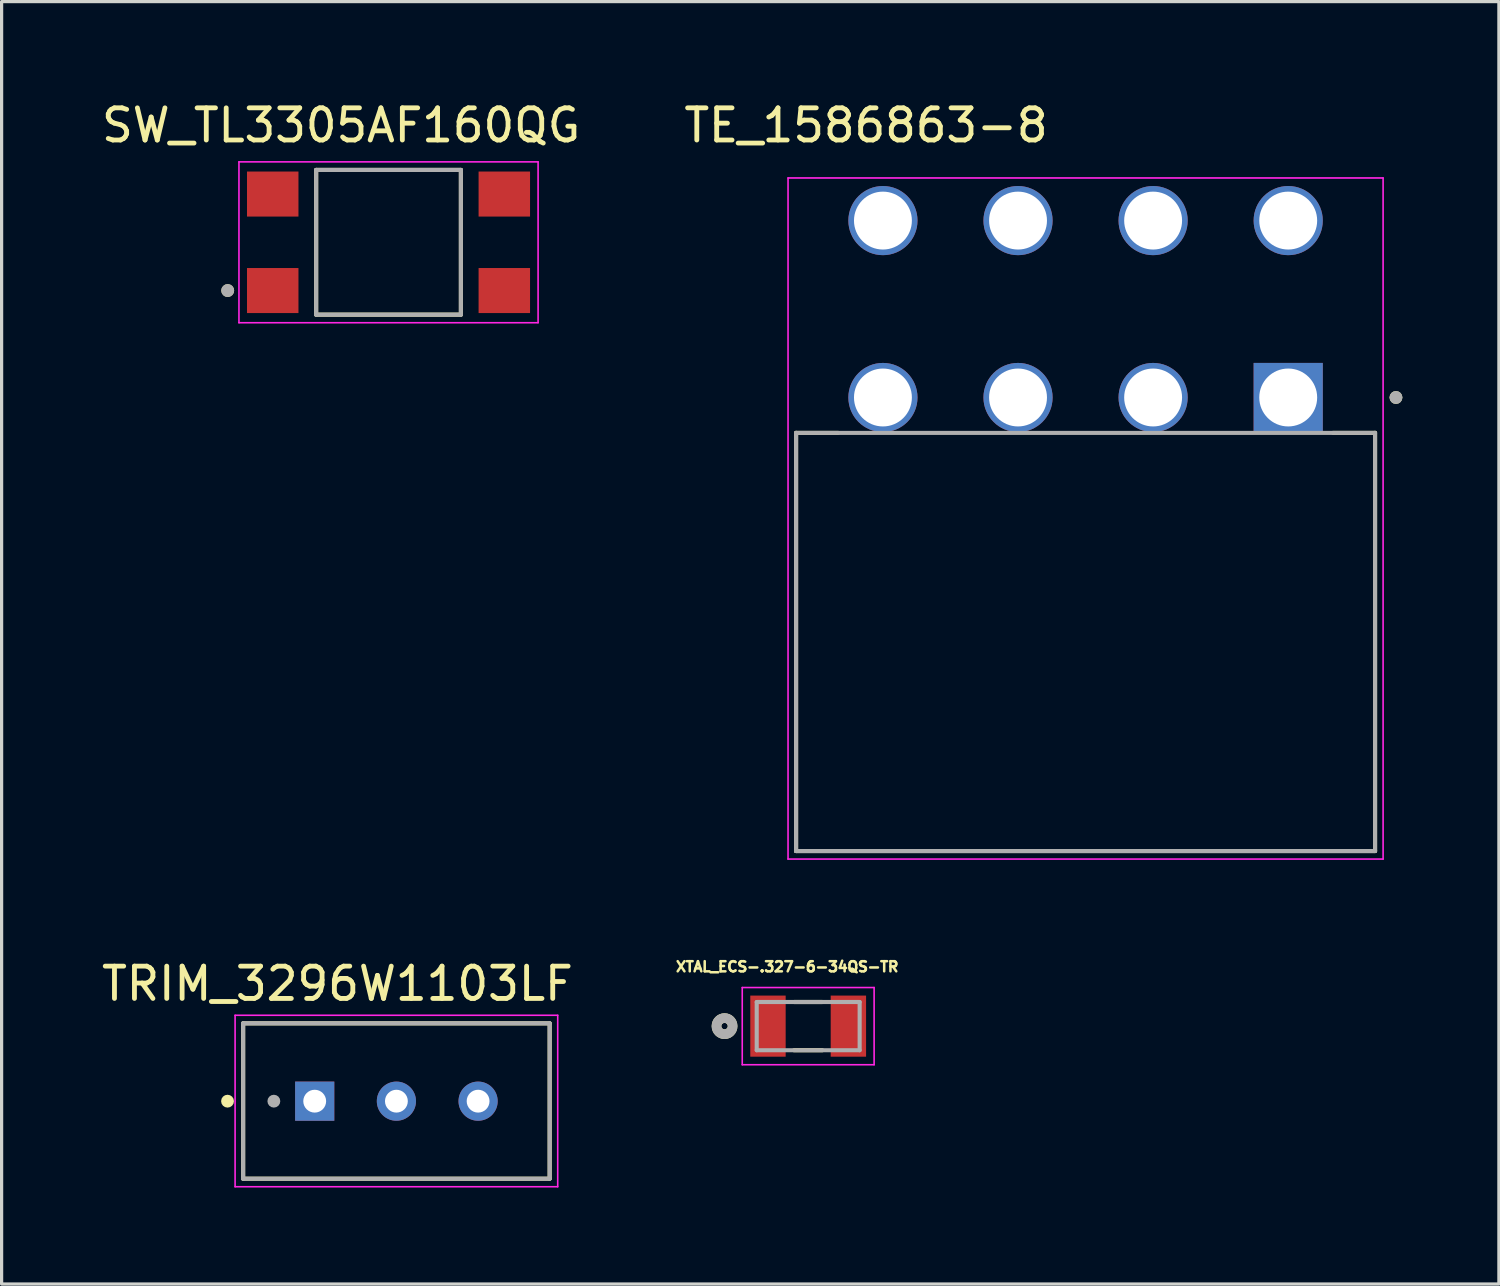
<source format=kicad_pcb>
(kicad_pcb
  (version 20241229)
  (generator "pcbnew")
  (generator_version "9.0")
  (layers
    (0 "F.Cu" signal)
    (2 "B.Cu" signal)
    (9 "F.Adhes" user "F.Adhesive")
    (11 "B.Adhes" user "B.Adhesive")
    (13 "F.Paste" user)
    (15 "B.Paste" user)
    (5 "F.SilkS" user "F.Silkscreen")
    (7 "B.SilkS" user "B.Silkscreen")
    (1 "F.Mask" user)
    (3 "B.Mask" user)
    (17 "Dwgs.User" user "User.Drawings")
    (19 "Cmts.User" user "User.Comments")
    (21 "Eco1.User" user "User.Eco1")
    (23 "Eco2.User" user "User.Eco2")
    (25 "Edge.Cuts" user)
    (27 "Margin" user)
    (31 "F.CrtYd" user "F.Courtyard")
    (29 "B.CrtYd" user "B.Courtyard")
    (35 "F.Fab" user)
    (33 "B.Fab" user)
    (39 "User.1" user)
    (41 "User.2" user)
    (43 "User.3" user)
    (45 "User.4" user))
  (footprint "SW_TL3305AF160QG"
    (layer "F.Cu")
    (at 9.029 4.483)
    (property "Reference" "SW_TL3305AF160QG" (at -1.475 -3.635 0) (layer "F.SilkS") (effects (font (size 1 1) (thickness 0.15))))
    (attr through_hole)
    (fp_line (start -2.25 -2.25) (end 2.25 -2.25) (stroke (width 0.127) (type solid)) (layer "F.SilkS"))
    (fp_line (start -2.25 2.25) (end -2.25 -2.25) (stroke (width 0.127) (type solid)) (layer "F.SilkS"))
    (fp_line (start 2.25 -2.25) (end 2.25 2.25) (stroke (width 0.127) (type solid)) (layer "F.SilkS"))
    (fp_line (start 2.25 2.25) (end -2.25 2.25) (stroke (width 0.127) (type solid)) (layer "F.SilkS"))
    (fp_circle (center -5 1.5) (end -4.9 1.5) (stroke (width 0.2) (type solid)) (fill no) (layer "F.SilkS"))
    (fp_line (start -4.65 -2.5) (end -4.65 2.5) (stroke (width 0.05) (type solid)) (layer "F.CrtYd"))
    (fp_line (start -4.65 2.5) (end 4.65 2.5) (stroke (width 0.05) (type solid)) (layer "F.CrtYd"))
    (fp_line (start 4.65 -2.5) (end -4.65 -2.5) (stroke (width 0.05) (type solid)) (layer "F.CrtYd"))
    (fp_line (start 4.65 2.5) (end 4.65 -2.5) (stroke (width 0.05) (type solid)) (layer "F.CrtYd"))
    (fp_line (start -2.25 -2.25) (end 2.25 -2.25) (stroke (width 0.127) (type solid)) (layer "F.Fab"))
    (fp_line (start -2.25 2.25) (end -2.25 -2.25) (stroke (width 0.127) (type solid)) (layer "F.Fab"))
    (fp_line (start 2.25 -2.25) (end 2.25 2.25) (stroke (width 0.127) (type solid)) (layer "F.Fab"))
    (fp_line (start 2.25 2.25) (end -2.25 2.25) (stroke (width 0.127) (type solid)) (layer "F.Fab"))
    (fp_circle (center -5 1.5) (end -4.9 1.5) (stroke (width 0.2) (type solid)) (fill no) (layer "F.Fab"))
    (pad "1" smd rect (at -3.6 1.5) (size 1.6 1.4) (layers "F.Cu" "F.Mask" "F.Paste"))
    (pad "2" smd rect (at 3.6 1.5) (size 1.6 1.4) (layers "F.Cu" "F.Mask" "F.Paste"))
    (pad "3" smd rect (at -3.6 -1.5) (size 1.6 1.4) (layers "F.Cu" "F.Mask" "F.Paste"))
    (pad "4" smd rect (at 3.6 -1.5) (size 1.6 1.4) (layers "F.Cu" "F.Mask" "F.Paste")))
  (footprint "TRIM_3296W1103LF"
    (layer "F.Cu")
    (at 9.274 31.185)
    (property "Reference" "TRIM_3296W1103LF" (at -1.833 -3.651 0) (layer "F.SilkS") (effects (font (size 1.004 1.004) (thickness 0.15))))
    (attr through_hole)
    (fp_line (start -4.765 -2.42) (end 4.765 -2.42) (stroke (width 0.127) (type solid)) (layer "F.SilkS"))
    (fp_line (start -4.765 2.41) (end -4.765 -2.42) (stroke (width 0.127) (type solid)) (layer "F.SilkS"))
    (fp_line (start 4.765 -2.42) (end 4.765 2.41) (stroke (width 0.127) (type solid)) (layer "F.SilkS"))
    (fp_line (start 4.765 2.41) (end -4.765 2.41) (stroke (width 0.127) (type solid)) (layer "F.SilkS"))
    (fp_circle (center -5.25 0) (end -5.15 0) (stroke (width 0.2) (type solid)) (fill no) (layer "F.SilkS"))
    (fp_line (start -5.015 -2.67) (end 5.015 -2.67) (stroke (width 0.05) (type solid)) (layer "F.CrtYd"))
    (fp_line (start -5.015 2.66) (end -5.015 -2.67) (stroke (width 0.05) (type solid)) (layer "F.CrtYd"))
    (fp_line (start 5.015 -2.67) (end 5.015 2.66) (stroke (width 0.05) (type solid)) (layer "F.CrtYd"))
    (fp_line (start 5.015 2.66) (end -5.015 2.66) (stroke (width 0.05) (type solid)) (layer "F.CrtYd"))
    (fp_line (start -4.765 -2.42) (end 4.765 -2.42) (stroke (width 0.127) (type solid)) (layer "F.Fab"))
    (fp_line (start -4.765 2.41) (end -4.765 -2.42) (stroke (width 0.127) (type solid)) (layer "F.Fab"))
    (fp_line (start 4.765 -2.42) (end 4.765 2.41) (stroke (width 0.127) (type solid)) (layer "F.Fab"))
    (fp_line (start 4.765 2.41) (end -4.765 2.41) (stroke (width 0.127) (type solid)) (layer "F.Fab"))
    (fp_circle (center -3.81 0) (end -3.71 0) (stroke (width 0.2) (type solid)) (fill no) (layer "F.Fab"))
    (pad "1" thru_hole rect (at -2.54 0) (size 1.218 1.218) (drill 0.71) (layers "*.Cu" "*.Mask"))
    (pad "2" thru_hole circle (at 0 0) (size 1.218 1.218) (drill 0.71) (layers "*.Cu" "*.Mask"))
    (pad "3" thru_hole circle (at 2.54 0) (size 1.218 1.218) (drill 0.71) (layers "*.Cu" "*.Mask")))
  (footprint "TE_1586863-8"
    (layer "F.Cu")
    (at 37 9.308)
    (property "Reference" "TE_1586863-8" (at -13.125 -8.46 0) (layer "F.SilkS") (effects (font (size 1 1) (thickness 0.15))))
    (attr through_hole)
    (fp_line (start -15.3 1.1) (end -13.995 1.1) (stroke (width 0.127) (type solid)) (layer "F.SilkS"))
    (fp_line (start -15.3 14.1) (end -15.3 1.1) (stroke (width 0.127) (type solid)) (layer "F.SilkS"))
    (fp_line (start -15.3 14.1) (end 2.7 14.1) (stroke (width 0.127) (type solid)) (layer "F.SilkS"))
    (fp_line (start 1.395 1.1) (end 2.7 1.1) (stroke (width 0.127) (type solid)) (layer "F.SilkS"))
    (fp_line (start 2.7 1.1) (end 2.7 14.1) (stroke (width 0.127) (type solid)) (layer "F.SilkS"))
    (fp_circle (center 3.35 0) (end 3.45 0) (stroke (width 0.2) (type solid)) (fill no) (layer "F.SilkS"))
    (fp_line (start -15.55 -6.825) (end 2.95 -6.825) (stroke (width 0.05) (type solid)) (layer "F.CrtYd"))
    (fp_line (start -15.55 14.35) (end -15.55 -6.825) (stroke (width 0.05) (type solid)) (layer "F.CrtYd"))
    (fp_line (start 2.95 -6.825) (end 2.95 14.35) (stroke (width 0.05) (type solid)) (layer "F.CrtYd"))
    (fp_line (start 2.95 14.35) (end -15.55 14.35) (stroke (width 0.05) (type solid)) (layer "F.CrtYd"))
    (fp_line (start -15.3 1.1) (end 2.7 1.1) (stroke (width 0.127) (type solid)) (layer "F.Fab"))
    (fp_line (start -15.3 14.1) (end -15.3 1.1) (stroke (width 0.127) (type solid)) (layer "F.Fab"))
    (fp_line (start -15.3 14.1) (end -15.3 14.1) (stroke (width 0.127) (type solid)) (layer "F.Fab"))
    (fp_line (start -15.3 14.1) (end 2.7 14.1) (stroke (width 0.127) (type solid)) (layer "F.Fab"))
    (fp_line (start 2.7 1.1) (end 2.7 14.1) (stroke (width 0.127) (type solid)) (layer "F.Fab"))
    (fp_line (start 2.7 14.1) (end -15.3 14.1) (stroke (width 0.127) (type solid)) (layer "F.Fab"))
    (fp_line (start 2.7 14.1) (end 2.7 14.1) (stroke (width 0.127) (type solid)) (layer "F.Fab"))
    (fp_circle (center 3.35 0) (end 3.45 0) (stroke (width 0.2) (type solid)) (fill no) (layer "F.Fab"))
    (pad "1" thru_hole rect (at 0 0) (size 2.15 2.15) (drill 1.8) (layers "*.Cu" "*.Mask"))
    (pad "2" thru_hole circle (at 0 -5.5) (size 2.15 2.15) (drill 1.8) (layers "*.Cu" "*.Mask"))
    (pad "3" thru_hole circle (at -4.2 0) (size 2.15 2.15) (drill 1.8) (layers "*.Cu" "*.Mask"))
    (pad "4" thru_hole circle (at -4.2 -5.5) (size 2.15 2.15) (drill 1.8) (layers "*.Cu" "*.Mask"))
    (pad "5" thru_hole circle (at -8.4 0) (size 2.15 2.15) (drill 1.8) (layers "*.Cu" "*.Mask"))
    (pad "6" thru_hole circle (at -8.4 -5.5) (size 2.15 2.15) (drill 1.8) (layers "*.Cu" "*.Mask"))
    (pad "7" thru_hole circle (at -12.6 0) (size 2.15 2.15) (drill 1.8) (layers "*.Cu" "*.Mask"))
    (pad "8" thru_hole circle (at -12.6 -5.5) (size 2.15 2.15) (drill 1.8) (layers "*.Cu" "*.Mask")))
  (footprint "XTAL_ECS-.327-6-34QS-TR"
    (layer "F.Cu")
    (at 22.076 28.852)
    (property "Reference" "XTAL_ECS-.327-6-34QS-TR" (at -0.652 -1.846 0) (layer "F.SilkS") (effects (font (size 0.315 0.315) (thickness 0.15))))
    (attr through_hole)
    (fp_line (start -0.44 -0.75) (end 0.44 -0.75) (stroke (width 0.127) (type solid)) (layer "F.SilkS"))
    (fp_line (start -0.44 0.75) (end 0.44 0.75) (stroke (width 0.127) (type solid)) (layer "F.SilkS"))
    (fp_circle (center -2.6 0) (end -2.5 0) (stroke (width 0.3) (type solid)) (fill no) (layer "F.SilkS"))
    (fp_line (start -2.05 -1.2) (end -2.05 1.2) (stroke (width 0.05) (type solid)) (layer "F.CrtYd"))
    (fp_line (start -2.05 1.2) (end 2.05 1.2) (stroke (width 0.05) (type solid)) (layer "F.CrtYd"))
    (fp_line (start 2.05 -1.2) (end -2.05 -1.2) (stroke (width 0.05) (type solid)) (layer "F.CrtYd"))
    (fp_line (start 2.05 1.2) (end 2.05 -1.2) (stroke (width 0.05) (type solid)) (layer "F.CrtYd"))
    (fp_line (start -1.6 -0.75) (end -1.6 0.75) (stroke (width 0.127) (type solid)) (layer "F.Fab"))
    (fp_line (start -1.6 0.75) (end 1.6 0.75) (stroke (width 0.127) (type solid)) (layer "F.Fab"))
    (fp_line (start 1.6 -0.75) (end -1.6 -0.75) (stroke (width 0.127) (type solid)) (layer "F.Fab"))
    (fp_line (start 1.6 0.75) (end 1.6 -0.75) (stroke (width 0.127) (type solid)) (layer "F.Fab"))
    (fp_circle (center -2.6 0) (end -2.5 0) (stroke (width 0.3) (type solid)) (fill no) (layer "F.Fab"))
    (pad "1" smd rect (at -1.25 0) (size 1.1 1.9) (layers "F.Cu" "F.Mask" "F.Paste"))
    (pad "2" smd rect (at 1.25 0) (size 1.1 1.9) (layers "F.Cu" "F.Mask" "F.Paste")))
  (gr_rect
    (start -3 -3)
    (end 43.55 36.87)
    (stroke (width 0.1) (type default))
    (fill no)
    (layer "Edge.Cuts")))
</source>
